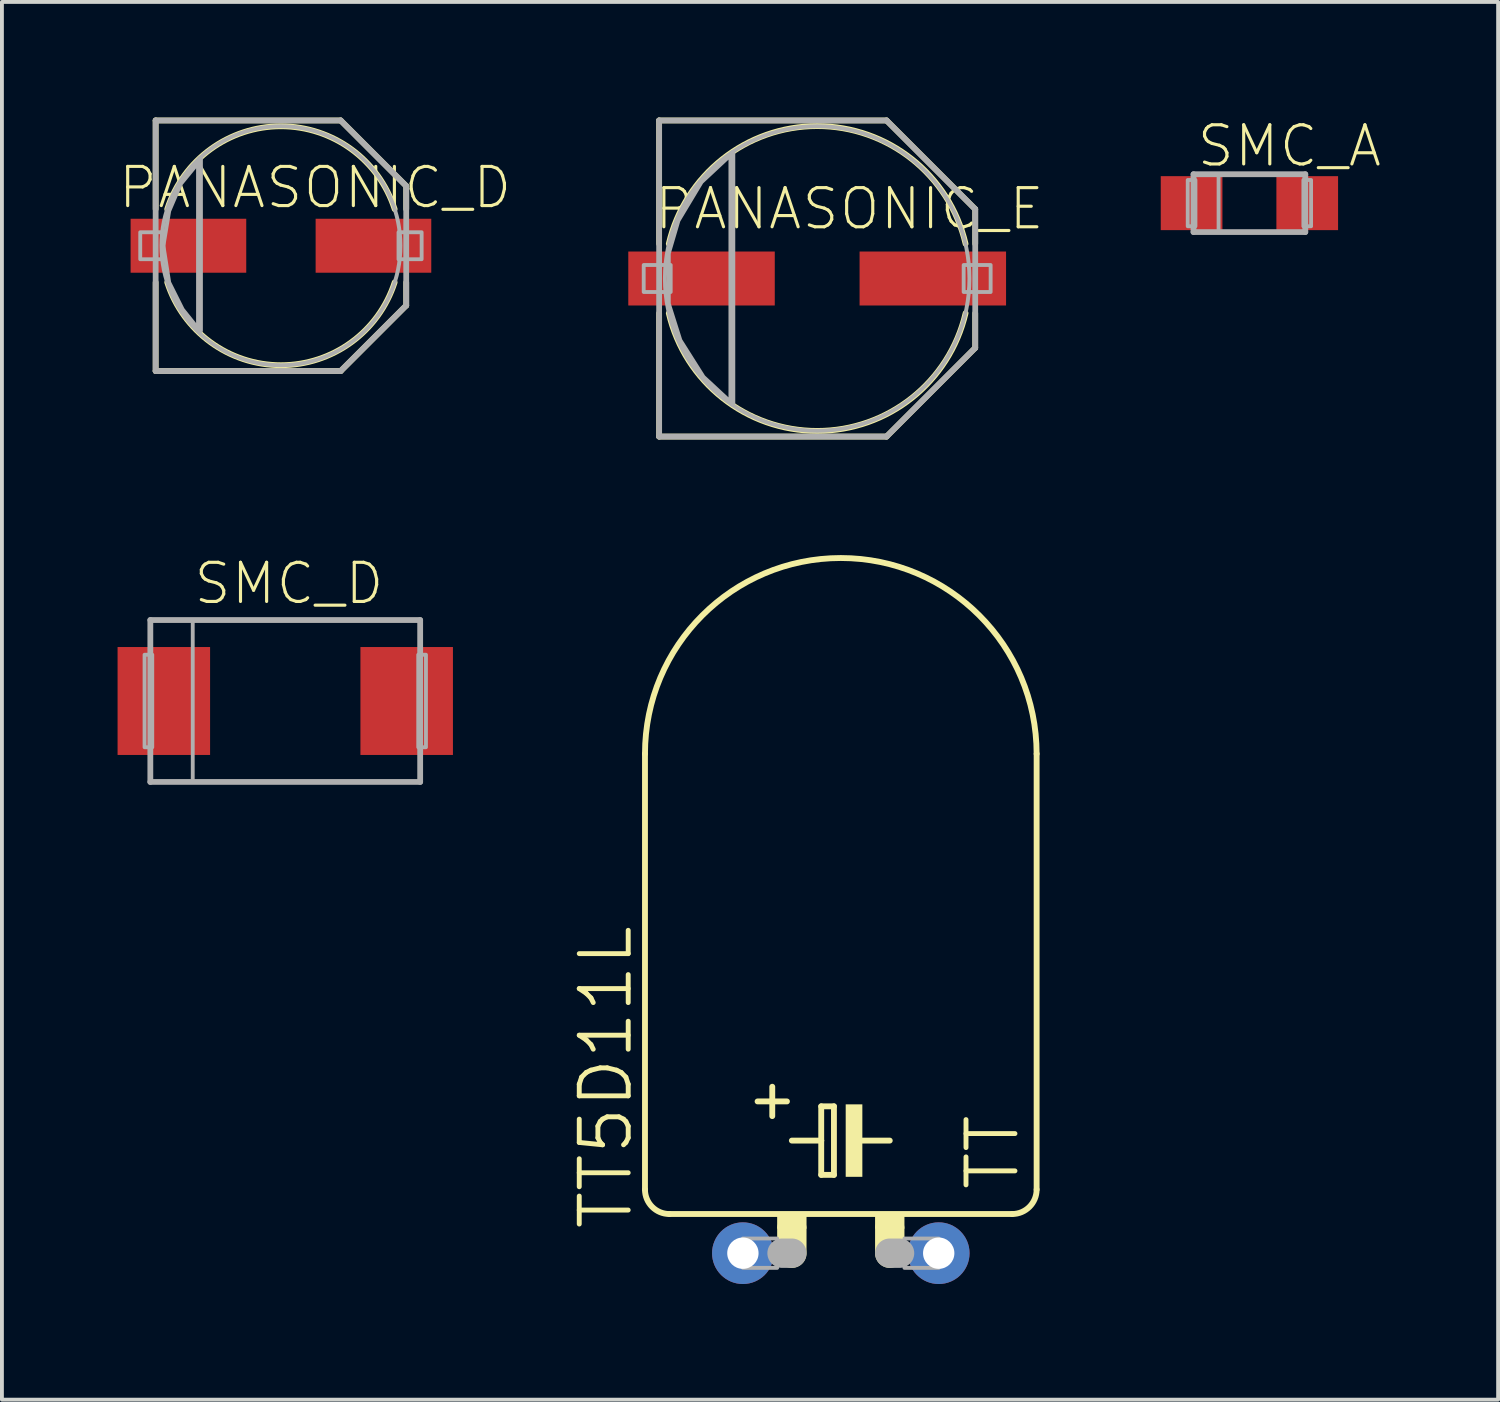
<source format=kicad_pcb>
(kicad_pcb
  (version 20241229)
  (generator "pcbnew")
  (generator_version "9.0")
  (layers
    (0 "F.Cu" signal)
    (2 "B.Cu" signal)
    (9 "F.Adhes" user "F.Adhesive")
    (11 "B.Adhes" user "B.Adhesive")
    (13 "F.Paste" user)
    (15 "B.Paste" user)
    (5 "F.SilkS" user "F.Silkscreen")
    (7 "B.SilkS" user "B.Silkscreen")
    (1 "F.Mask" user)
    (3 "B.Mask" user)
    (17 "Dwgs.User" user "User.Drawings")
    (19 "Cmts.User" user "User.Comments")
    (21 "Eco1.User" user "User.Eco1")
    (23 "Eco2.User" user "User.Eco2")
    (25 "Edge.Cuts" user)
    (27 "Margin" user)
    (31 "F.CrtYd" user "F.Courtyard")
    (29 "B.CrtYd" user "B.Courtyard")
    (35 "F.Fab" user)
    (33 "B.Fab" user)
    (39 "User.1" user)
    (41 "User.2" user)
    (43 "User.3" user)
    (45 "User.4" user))
  (footprint "TT5D11L"
    (layer "F.Cu")
    (at 18.762 29.46)
    (property "Reference" "TT5D11L" (at -6.096 -4.566 90) (layer "F.SilkS") (effects (font (size 1.27 1.27) (thickness 0.127))))
    (attr through_hole)
    (fp_line (start -5.08 -12.954) (end -5.08 -1.651) (stroke (width 0.152) (type solid)) (layer "F.SilkS"))
    (fp_line (start -4.445 -1.016) (end 4.445 -1.016) (stroke (width 0.152) (type solid)) (layer "F.SilkS"))
    (fp_line (start -2.159 -3.937) (end -1.397 -3.937) (stroke (width 0.152) (type solid)) (layer "F.SilkS"))
    (fp_line (start -1.778 -4.318) (end -1.778 -3.556) (stroke (width 0.152) (type solid)) (layer "F.SilkS"))
    (fp_line (start -1.27 -2.921) (end -0.508 -2.921) (stroke (width 0.152) (type solid)) (layer "F.SilkS"))
    (fp_line (start -1.27 -0.635) (end -1.27 0) (stroke (width 0.762) (type solid)) (layer "F.SilkS"))
    (fp_line (start -0.508 -3.81) (end -0.508 -2.921) (stroke (width 0.152) (type solid)) (layer "F.SilkS"))
    (fp_line (start -0.508 -2.921) (end -0.508 -2.032) (stroke (width 0.152) (type solid)) (layer "F.SilkS"))
    (fp_line (start -0.508 -2.032) (end -0.178 -2.032) (stroke (width 0.152) (type solid)) (layer "F.SilkS"))
    (fp_line (start -0.178 -3.81) (end -0.508 -3.81) (stroke (width 0.152) (type solid)) (layer "F.SilkS"))
    (fp_line (start -0.178 -2.032) (end -0.178 -3.81) (stroke (width 0.152) (type solid)) (layer "F.SilkS"))
    (fp_line (start 0.508 -2.921) (end 1.27 -2.921) (stroke (width 0.152) (type solid)) (layer "F.SilkS"))
    (fp_line (start 1.27 -0.635) (end 1.27 0) (stroke (width 0.762) (type solid)) (layer "F.SilkS"))
    (fp_line (start 5.08 -12.954) (end 5.08 -1.651) (stroke (width 0.152) (type solid)) (layer "F.SilkS"))
    (fp_arc (start -5.08 -12.954) (mid 0 -18.034) (end 5.08 -12.954) (stroke (width 0.1524) (type solid)) (layer "F.SilkS"))
    (fp_arc (start -4.445 -1.016) (mid -4.894013 -1.201987) (end -5.08 -1.651) (stroke (width 0.1524) (type solid)) (layer "F.SilkS"))
    (fp_arc (start 5.08 -1.651) (mid 4.894013 -1.201987) (end 4.445 -1.016) (stroke (width 0.1524) (type solid)) (layer "F.SilkS"))
    (fp_poly (pts (xy -1.651 -1.016) (xy -0.889 -1.016) (xy -0.889 -0.635) (xy -1.651 -0.635)) (stroke (width 0) (type solid)) (fill yes) (layer "F.SilkS"))
    (fp_poly (pts (xy 0.127 -3.861) (xy 0.559 -3.861) (xy 0.559 -1.981) (xy 0.127 -1.981)) (stroke (width 0) (type solid)) (fill yes) (layer "F.SilkS"))
    (fp_poly (pts (xy 0.889 -1.016) (xy 1.651 -1.016) (xy 1.651 -0.635) (xy 0.889 -0.635)) (stroke (width 0) (type solid)) (fill yes) (layer "F.SilkS"))
    (fp_line (start -1.524 0) (end -1.27 0) (stroke (width 0.762) (type solid)) (layer "F.Fab"))
    (fp_line (start 1.524 0) (end 1.27 0) (stroke (width 0.762) (type solid)) (layer "F.Fab"))
    (fp_poly (pts (xy -2.54 -0.381) (xy -1.651 -0.381) (xy -1.651 0.381) (xy -2.54 0.381)) (stroke (width 0.1) (type solid)) (fill no) (layer "F.Fab"))
    (fp_poly (pts (xy 1.651 -0.381) (xy 2.54 -0.381) (xy 2.54 0.381) (xy 1.651 0.381)) (stroke (width 0.1) (type solid)) (fill no) (layer "F.Fab"))
    (fp_text user "TT" (at 3.937 -2.619 90) (layer "F.SilkS") (effects (font (size 1.27 1.27) (thickness 0.127))))
    (pad "+" thru_hole circle (at -2.54 0) (size 1.6 1.6) (drill 0.813) (layers "*.Cu" "*.Mask"))
    (pad "-" thru_hole circle (at 2.54 0) (size 1.6 1.6) (drill 0.813) (layers "*.Cu" "*.Mask")))
  (footprint "SMC_D"
    (layer "F.Cu")
    (at 4.35 15.135)
    (property "Reference" "SMC_D" (at 0.097 -3.048 0) (layer "F.SilkS") (effects (font (size 1.016 1.016) (thickness 0.081))))
    (attr through_hole)
    (fp_line (start -3.5 -2.1) (end 3.5 -2.1) (stroke (width 0.15) (type solid)) (layer "F.Fab"))
    (fp_line (start -3.5 2.1) (end -3.5 -2.1) (stroke (width 0.15) (type solid)) (layer "F.Fab"))
    (fp_line (start 3.5 -2.1) (end 3.5 2.1) (stroke (width 0.15) (type solid)) (layer "F.Fab"))
    (fp_line (start 3.5 2.1) (end -3.5 2.1) (stroke (width 0.15) (type solid)) (layer "F.Fab"))
    (fp_poly (pts (xy -3.65 -1.2) (xy -3.45 -1.2) (xy -3.45 1.2) (xy -3.65 1.2)) (stroke (width 0.1) (type solid)) (fill no) (layer "F.Fab"))
    (fp_poly (pts (xy -3.5 -2.1) (xy -2.4 -2.1) (xy -2.4 2.1) (xy -3.5 2.1)) (stroke (width 0.1) (type solid)) (fill no) (layer "F.Fab"))
    (fp_poly (pts (xy 3.45 -1.2) (xy 3.65 -1.2) (xy 3.65 1.2) (xy 3.45 1.2)) (stroke (width 0.1) (type solid)) (fill no) (layer "F.Fab"))
    (pad "+" smd rect (at -3.15 0) (size 2.4 2.8) (layers "F.Cu" "F.Mask" "F.Paste"))
    (pad "-" smd rect (at 3.15 0) (size 2.4 2.8) (layers "F.Cu" "F.Mask" "F.Paste")))
  (footprint "SMC_A"
    (layer "F.Cu")
    (at 29.362 2.22)
    (property "Reference" "SMC_A" (at 1.037 -1.483 0) (layer "F.SilkS") (effects (font (size 1.016 1.016) (thickness 0.081))))
    (attr through_hole)
    (fp_line (start -1.45 -0.75) (end 1.45 -0.75) (stroke (width 0.15) (type solid)) (layer "F.Fab"))
    (fp_line (start -1.45 0.75) (end -1.45 -0.75) (stroke (width 0.15) (type solid)) (layer "F.Fab"))
    (fp_line (start 1.45 -0.75) (end 1.45 0.75) (stroke (width 0.15) (type solid)) (layer "F.Fab"))
    (fp_line (start 1.45 0.75) (end -1.45 0.75) (stroke (width 0.15) (type solid)) (layer "F.Fab"))
    (fp_poly (pts (xy -1.6 -0.6) (xy -1.4 -0.6) (xy -1.4 0.6) (xy -1.6 0.6)) (stroke (width 0.1) (type solid)) (fill no) (layer "F.Fab"))
    (fp_poly (pts (xy -1.45 -0.75) (xy -0.8 -0.75) (xy -0.8 0.75) (xy -1.45 0.75)) (stroke (width 0.1) (type solid)) (fill no) (layer "F.Fab"))
    (fp_poly (pts (xy 1.4 -0.6) (xy 1.6 -0.6) (xy 1.6 0.6) (xy 1.4 0.6)) (stroke (width 0.1) (type solid)) (fill no) (layer "F.Fab"))
    (pad "+" smd rect (at -1.5 0) (size 1.6 1.4) (layers "F.Cu" "F.Mask" "F.Paste"))
    (pad "-" smd rect (at 1.5 0) (size 1.6 1.4) (layers "F.Cu" "F.Mask" "F.Paste")))
  (footprint "PANASONIC_E"
    (layer "F.Cu")
    (at 18.149 4.175)
    (property "Reference" "PANASONIC_E" (at 0.837 -1.808 0) (layer "F.SilkS") (effects (font (size 1.016 1.016) (thickness 0.081))))
    (attr through_hole)
    (fp_line (start -4.1 -4.1) (end 1.8 -4.1) (stroke (width 0.15) (type solid)) (layer "F.SilkS"))
    (fp_line (start -4.1 -0.9) (end -4.1 -4.1) (stroke (width 0.15) (type solid)) (layer "F.SilkS"))
    (fp_line (start -4.1 4.1) (end -4.1 0.9) (stroke (width 0.15) (type solid)) (layer "F.SilkS"))
    (fp_line (start 1.8 -4.1) (end 4.1 -1.8) (stroke (width 0.15) (type solid)) (layer "F.SilkS"))
    (fp_line (start 1.8 4.1) (end -4.1 4.1) (stroke (width 0.15) (type solid)) (layer "F.SilkS"))
    (fp_line (start 4.1 -1.8) (end 4.1 -0.9) (stroke (width 0.15) (type solid)) (layer "F.SilkS"))
    (fp_line (start 4.1 0.9) (end 4.1 1.8) (stroke (width 0.15) (type solid)) (layer "F.SilkS"))
    (fp_line (start 4.1 1.8) (end 1.8 4.1) (stroke (width 0.15) (type solid)) (layer "F.SilkS"))
    (fp_arc (start -3.85 -0.9) (mid 0 -3.953796) (end 3.85 -0.900001) (stroke (width 0.15) (type solid)) (layer "F.SilkS"))
    (fp_arc (start 3.85 0.900001) (mid 0 3.953796) (end -3.85 0.9) (stroke (width 0.15) (type solid)) (layer "F.SilkS"))
    (fp_line (start -4.1 -4.1) (end 1.8 -4.1) (stroke (width 0.15) (type solid)) (layer "F.Fab"))
    (fp_line (start -4.1 4.1) (end -4.1 -4.1) (stroke (width 0.15) (type solid)) (layer "F.Fab"))
    (fp_line (start -2.2 -3.25) (end -2.2 3.25) (stroke (width 0.15) (type solid)) (layer "F.Fab"))
    (fp_line (start 1.8 -4.1) (end 4.1 -1.8) (stroke (width 0.15) (type solid)) (layer "F.Fab"))
    (fp_line (start 1.8 4.1) (end -4.1 4.1) (stroke (width 0.15) (type solid)) (layer "F.Fab"))
    (fp_line (start 4.1 -1.8) (end 4.1 1.8) (stroke (width 0.15) (type solid)) (layer "F.Fab"))
    (fp_line (start 4.1 1.8) (end 1.8 4.1) (stroke (width 0.15) (type solid)) (layer "F.Fab"))
    (fp_circle (center 0 0) (end 3.95 0) (stroke (width 0.102) (type solid)) (fill no) (layer "F.Fab"))
    (fp_poly (pts (xy -4.5 -0.35) (xy -3.8 -0.35) (xy -3.8 0.35) (xy -4.5 0.35)) (stroke (width 0.1) (type solid)) (fill no) (layer "F.Fab"))
    (fp_poly (pts (xy 3.8 -0.35) (xy 4.5 -0.35) (xy 4.5 0.35) (xy 3.8 0.35)) (stroke (width 0.1) (type solid)) (fill no) (layer "F.Fab"))
    (fp_poly (pts (xy -2.25 -3.2) (xy -3 -2.5) (xy -3.6 -1.5) (xy -3.85 -0.65) (xy -3.85 0.65) (xy -3.55 1.6) (xy -2.95 2.55) (xy -2.25 3.2) (xy -2.25 -3.15)) (stroke (width 0.102) (type solid)) (fill no) (layer "F.Fab"))
    (pad "+" smd rect (at 3 0) (size 3.8 1.4) (layers "F.Cu" "F.Mask" "F.Paste"))
    (pad "-" smd rect (at -3 0) (size 3.8 1.4) (layers "F.Cu" "F.Mask" "F.Paste")))
  (footprint "PANASONIC_D"
    (layer "F.Cu")
    (at 4.238 3.325)
    (property "Reference" "PANASONIC_D" (at 0.887 -1.508 0) (layer "F.SilkS") (effects (font (size 1.016 1.016) (thickness 0.081))))
    (attr through_hole)
    (fp_line (start -3.25 -3.25) (end 1.55 -3.25) (stroke (width 0.15) (type solid)) (layer "F.SilkS"))
    (fp_line (start -3.25 -0.95) (end -3.25 -3.25) (stroke (width 0.15) (type solid)) (layer "F.SilkS"))
    (fp_line (start -3.25 3.25) (end -3.25 0.95) (stroke (width 0.15) (type solid)) (layer "F.SilkS"))
    (fp_line (start 1.55 -3.25) (end 3.25 -1.55) (stroke (width 0.15) (type solid)) (layer "F.SilkS"))
    (fp_line (start 1.55 3.25) (end -3.25 3.25) (stroke (width 0.15) (type solid)) (layer "F.SilkS"))
    (fp_line (start 3.25 -1.55) (end 3.25 -0.95) (stroke (width 0.15) (type solid)) (layer "F.SilkS"))
    (fp_line (start 3.25 0.95) (end 3.25 1.55) (stroke (width 0.15) (type solid)) (layer "F.SilkS"))
    (fp_line (start 3.25 1.55) (end 1.55 3.25) (stroke (width 0.15) (type solid)) (layer "F.SilkS"))
    (fp_arc (start -2.95 -0.95) (mid 0.000001 -3.099193) (end 2.950001 -0.949998) (stroke (width 0.15) (type solid)) (layer "F.SilkS"))
    (fp_arc (start 2.950001 0.949998) (mid 0.000001 3.099194) (end -2.95 0.95) (stroke (width 0.15) (type solid)) (layer "F.SilkS"))
    (fp_line (start -3.25 -3.25) (end 1.55 -3.25) (stroke (width 0.15) (type solid)) (layer "F.Fab"))
    (fp_line (start -3.25 3.25) (end -3.25 -3.25) (stroke (width 0.15) (type solid)) (layer "F.Fab"))
    (fp_line (start -2.1 -2.25) (end -2.1 2.2) (stroke (width 0.15) (type solid)) (layer "F.Fab"))
    (fp_line (start 1.55 -3.25) (end 3.25 -1.55) (stroke (width 0.15) (type solid)) (layer "F.Fab"))
    (fp_line (start 1.55 3.25) (end -3.25 3.25) (stroke (width 0.15) (type solid)) (layer "F.Fab"))
    (fp_line (start 3.25 -1.55) (end 3.25 1.55) (stroke (width 0.15) (type solid)) (layer "F.Fab"))
    (fp_line (start 3.25 1.55) (end 1.55 3.25) (stroke (width 0.15) (type solid)) (layer "F.Fab"))
    (fp_circle (center 0 0) (end 3.1 0) (stroke (width 0.102) (type solid)) (fill no) (layer "F.Fab"))
    (fp_poly (pts (xy -3.65 -0.35) (xy -3.05 -0.35) (xy -3.05 0.35) (xy -3.65 0.35)) (stroke (width 0.1) (type solid)) (fill no) (layer "F.Fab"))
    (fp_poly (pts (xy 3.05 -0.35) (xy 3.65 -0.35) (xy 3.65 0.35) (xy 3.05 0.35)) (stroke (width 0.1) (type solid)) (fill no) (layer "F.Fab"))
    (fp_poly (pts (xy -2.15 -2.15) (xy -2.6 -1.6) (xy -2.9 -0.9) (xy -3.05 0) (xy -2.9 0.95) (xy -2.55 1.65) (xy -2.15 2.15) (xy -2.15 -2.1)) (stroke (width 0.102) (type solid)) (fill no) (layer "F.Fab"))
    (pad "+" smd rect (at 2.4 0) (size 3 1.4) (layers "F.Cu" "F.Mask" "F.Paste"))
    (pad "-" smd rect (at -2.4 0) (size 3 1.4) (layers "F.Cu" "F.Mask" "F.Paste")))
  (gr_rect
    (start -3 -3)
    (end 35.814 33.26)
    (stroke (width 0.1) (type default))
    (fill no)
    (layer "Edge.Cuts")))
</source>
